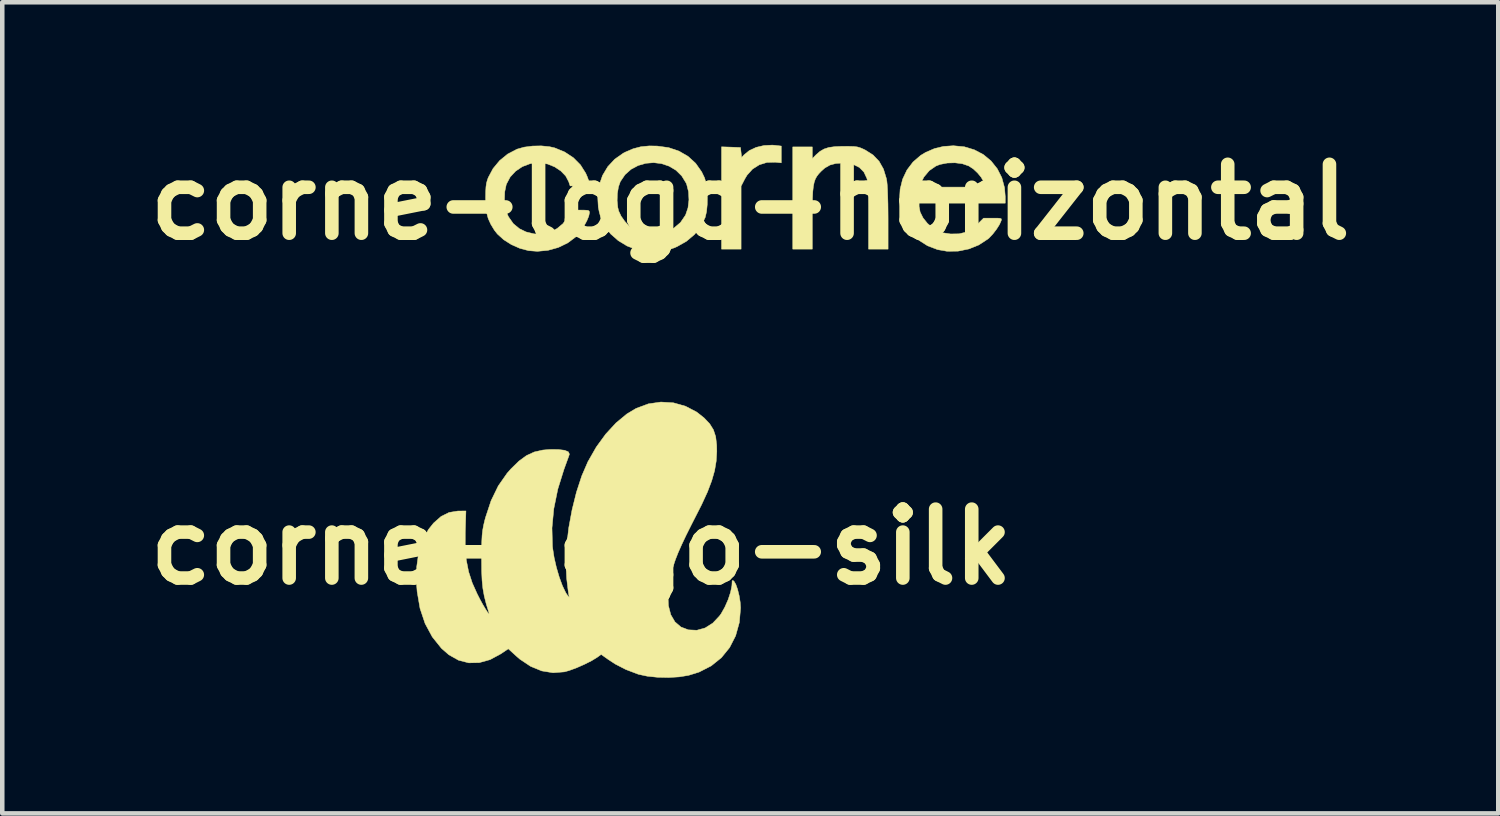
<source format=kicad_pcb>
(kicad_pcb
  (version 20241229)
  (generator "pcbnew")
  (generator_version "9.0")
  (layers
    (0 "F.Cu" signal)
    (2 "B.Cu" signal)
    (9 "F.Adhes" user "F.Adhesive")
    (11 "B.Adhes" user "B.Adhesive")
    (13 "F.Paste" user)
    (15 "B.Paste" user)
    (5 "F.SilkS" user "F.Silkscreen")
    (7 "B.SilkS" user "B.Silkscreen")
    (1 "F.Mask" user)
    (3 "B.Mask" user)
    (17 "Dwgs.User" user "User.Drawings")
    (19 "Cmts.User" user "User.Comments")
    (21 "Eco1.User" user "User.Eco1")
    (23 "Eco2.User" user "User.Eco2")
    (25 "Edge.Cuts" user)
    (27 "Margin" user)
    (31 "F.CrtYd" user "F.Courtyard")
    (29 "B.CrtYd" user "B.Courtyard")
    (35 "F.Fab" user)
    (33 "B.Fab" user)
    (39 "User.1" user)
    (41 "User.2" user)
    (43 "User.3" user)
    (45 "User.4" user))
  (footprint "corne-logo-silk"
    (layer "F.Cu")
    (at 9.804 9.044)
    (property "Reference" "corne-logo-silk" (at 0 0 0) (layer "F.SilkS") (effects (font (size 1.524 1.524) (thickness 0.3))))
    (attr through_hole)
    (fp_poly (pts (xy 2.039 -3.186) (xy 2.305 -3.111) (xy 2.554 -2.981) (xy 2.716 -2.853) (xy 2.84 -2.723) (xy 2.923 -2.59) (xy 2.973 -2.439) (xy 2.995 -2.253) (xy 2.998 -2.111) (xy 2.985 -1.897) (xy 2.949 -1.684) (xy 2.885 -1.461) (xy 2.792 -1.216) (xy 2.664 -0.938) (xy 2.583 -0.778) (xy 2.436 -0.49) (xy 2.316 -0.25) (xy 2.22 -0.047) (xy 2.143 0.127) (xy 2.083 0.28) (xy 2.036 0.421) (xy 1.998 0.56) (xy 1.966 0.705) (xy 1.951 0.784) (xy 1.918 1.059) (xy 1.928 1.299) (xy 1.98 1.5) (xy 2.072 1.658) (xy 2.204 1.772) (xy 2.37 1.835) (xy 2.557 1.844) (xy 2.74 1.793) (xy 2.909 1.686) (xy 3.059 1.526) (xy 3.093 1.479) (xy 3.175 1.334) (xy 3.248 1.169) (xy 3.302 1.005) (xy 3.331 0.864) (xy 3.334 0.82) (xy 3.337 0.753) (xy 3.353 0.741) (xy 3.38 0.763) (xy 3.419 0.83) (xy 3.458 0.942) (xy 3.492 1.078) (xy 3.515 1.221) (xy 3.524 1.35) (xy 3.496 1.673) (xy 3.414 1.967) (xy 3.281 2.227) (xy 3.1 2.45) (xy 2.874 2.632) (xy 2.606 2.769) (xy 2.374 2.841) (xy 2.167 2.875) (xy 1.932 2.889) (xy 1.689 2.884) (xy 1.461 2.86) (xy 1.27 2.819) (xy 1.254 2.814) (xy 0.986 2.712) (xy 0.753 2.592) (xy 0.594 2.488) (xy 0.441 2.379) (xy 0.352 2.443) (xy 0.228 2.519) (xy 0.068 2.599) (xy -0.104 2.675) (xy -0.265 2.734) (xy -0.373 2.764) (xy -0.623 2.784) (xy -0.874 2.743) (xy -1.12 2.642) (xy -1.357 2.484) (xy -1.433 2.418) (xy -1.613 2.254) (xy -1.777 2.365) (xy -2.016 2.494) (xy -2.254 2.56) (xy -2.487 2.565) (xy -2.713 2.507) (xy -2.927 2.387) (xy -3.091 2.244) (xy -3.294 1.991) (xy -3.453 1.696) (xy -3.565 1.361) (xy -3.629 0.99) (xy -3.643 0.806) (xy -3.639 0.444) (xy -3.595 0.128) (xy -3.508 -0.146) (xy -3.379 -0.384) (xy -3.265 -0.527) (xy -3.098 -0.674) (xy -2.922 -0.761) (xy -2.727 -0.793) (xy -2.712 -0.793) (xy -2.55 -0.794) (xy -2.565 -0.319) (xy -2.566 0.008) (xy -2.542 0.291) (xy -2.491 0.549) (xy -2.41 0.798) (xy -2.302 1.038) (xy -2.24 1.16) (xy -2.177 1.275) (xy -2.119 1.372) (xy -2.073 1.444) (xy -2.044 1.482) (xy -2.037 1.475) (xy -2.04 1.46) (xy -2.101 1.262) (xy -2.145 1.087) (xy -2.175 0.92) (xy -2.193 0.743) (xy -2.202 0.539) (xy -2.204 0.291) (xy -2.204 0.254) (xy -2.203 0.038) (xy -2.199 -0.129) (xy -2.192 -0.26) (xy -2.179 -0.371) (xy -2.16 -0.475) (xy -2.134 -0.586) (xy -2.117 -0.649) (xy -1.993 -1.023) (xy -1.835 -1.348) (xy -1.639 -1.629) (xy -1.555 -1.724) (xy -1.378 -1.897) (xy -1.211 -2.019) (xy -1.041 -2.098) (xy -0.851 -2.141) (xy -0.699 -2.154) (xy -0.506 -2.153) (xy -0.367 -2.136) (xy -0.285 -2.102) (xy -0.262 -2.052) (xy -0.265 -2.039) (xy -0.283 -1.986) (xy -0.318 -1.89) (xy -0.362 -1.769) (xy -0.382 -1.714) (xy -0.518 -1.278) (xy -0.607 -0.842) (xy -0.647 -0.418) (xy -0.637 -0.017) (xy -0.632 0.028) (xy -0.6 0.234) (xy -0.55 0.453) (xy -0.487 0.667) (xy -0.417 0.858) (xy -0.345 1.008) (xy -0.328 1.036) (xy -0.286 1.096) (xy -0.266 1.115) (xy -0.267 1.103) (xy -0.277 1.05) (xy -0.292 0.949) (xy -0.308 0.816) (xy -0.322 0.7) (xy -0.339 0.358) (xy -0.323 -0.02) (xy -0.277 -0.417) (xy -0.203 -0.819) (xy -0.106 -1.209) (xy 0.012 -1.57) (xy 0.149 -1.887) (xy 0.151 -1.889) (xy 0.333 -2.208) (xy 0.542 -2.495) (xy 0.769 -2.741) (xy 1.008 -2.939) (xy 1.213 -3.062) (xy 1.484 -3.163) (xy 1.762 -3.203) (xy 2.039 -3.186)) (stroke (width 0.01) (type solid)) (fill yes) (layer "F.SilkS")))
  (footprint "corne-logo-horizontal"
    (layer "F.Cu")
    (at 13.542 1.418)
    (property "Reference" "corne-logo-horizontal" (at 0 0 0) (layer "F.SilkS") (effects (font (size 1.524 1.524) (thickness 0.3))))
    (attr through_hole)
    (fp_poly (pts (xy 0.54 -1.255) (xy 0.686 -1.238) (xy 0.686 -0.867) (xy 0.552 -0.881) (xy 0.368 -0.876) (xy 0.199 -0.824) (xy 0.05 -0.729) (xy -0.071 -0.594) (xy -0.12 -0.512) (xy -0.203 -0.351) (xy -0.203 1.041) (xy -0.635 1.041) (xy -0.635 -1.221) (xy -0.425 -1.214) (xy -0.216 -1.206) (xy -0.191 -0.985) (xy -0.14 -1.041) (xy -0.022 -1.138) (xy 0.13 -1.209) (xy 0.304 -1.25) (xy 0.486 -1.259) (xy 0.54 -1.255)) (stroke (width 0.01) (type solid)) (fill yes) (layer "F.SilkS"))
    (fp_poly (pts (xy 2.202 -1.231) (xy 2.296 -1.228) (xy 2.366 -1.219) (xy 2.427 -1.202) (xy 2.491 -1.175) (xy 2.545 -1.149) (xy 2.716 -1.04) (xy 2.849 -0.901) (xy 2.946 -0.729) (xy 3.01 -0.52) (xy 3.021 -0.457) (xy 3.028 -0.386) (xy 3.035 -0.273) (xy 3.04 -0.128) (xy 3.045 0.041) (xy 3.047 0.225) (xy 3.048 0.375) (xy 3.048 1.041) (xy 2.616 1.041) (xy 2.616 0.322) (xy 2.616 0.093) (xy 2.614 -0.09) (xy 2.61 -0.235) (xy 2.604 -0.346) (xy 2.597 -0.43) (xy 2.587 -0.492) (xy 2.579 -0.523) (xy 2.514 -0.662) (xy 2.413 -0.765) (xy 2.278 -0.832) (xy 2.109 -0.862) (xy 2.055 -0.864) (xy 1.892 -0.853) (xy 1.762 -0.818) (xy 1.65 -0.754) (xy 1.57 -0.683) (xy 1.516 -0.626) (xy 1.473 -0.57) (xy 1.439 -0.51) (xy 1.414 -0.437) (xy 1.396 -0.347) (xy 1.383 -0.233) (xy 1.376 -0.089) (xy 1.373 0.093) (xy 1.372 0.317) (xy 1.372 0.373) (xy 1.372 1.041) (xy 0.94 1.041) (xy 0.94 -1.219) (xy 1.372 -1.219) (xy 1.372 -0.961) (xy 1.454 -1.044) (xy 1.54 -1.119) (xy 1.631 -1.172) (xy 1.737 -1.207) (xy 1.869 -1.225) (xy 2.039 -1.232) (xy 2.071 -1.232) (xy 2.202 -1.231)) (stroke (width 0.01) (type solid)) (fill yes) (layer "F.SilkS"))
    (fp_poly (pts (xy -2.058 -1.238) (xy -1.804 -1.203) (xy -1.576 -1.126) (xy -1.376 -1.01) (xy -1.208 -0.857) (xy -1.075 -0.668) (xy -1.01 -0.533) (xy -0.978 -0.419) (xy -0.958 -0.272) (xy -0.949 -0.106) (xy -0.952 0.06) (xy -0.967 0.213) (xy -0.995 0.334) (xy -0.998 0.343) (xy -1.094 0.54) (xy -1.233 0.717) (xy -1.41 0.867) (xy -1.618 0.985) (xy -1.693 1.017) (xy -1.825 1.053) (xy -1.988 1.076) (xy -2.164 1.086) (xy -2.333 1.082) (xy -2.479 1.062) (xy -2.512 1.054) (xy -2.726 0.971) (xy -2.92 0.853) (xy -3.087 0.706) (xy -3.218 0.536) (xy -3.269 0.441) (xy -3.307 0.338) (xy -3.341 0.214) (xy -3.361 0.111) (xy -3.369 -0.031) (xy -2.944 -0.031) (xy -2.93 0.117) (xy -2.91 0.198) (xy -2.857 0.311) (xy -2.776 0.426) (xy -2.682 0.528) (xy -2.588 0.598) (xy -2.582 0.602) (xy -2.385 0.678) (xy -2.18 0.708) (xy -1.976 0.692) (xy -1.864 0.661) (xy -1.687 0.574) (xy -1.542 0.451) (xy -1.435 0.294) (xy -1.43 0.285) (xy -1.377 0.129) (xy -1.356 -0.048) (xy -1.365 -0.227) (xy -1.406 -0.39) (xy -1.418 -0.419) (xy -1.516 -0.578) (xy -1.643 -0.703) (xy -1.794 -0.793) (xy -1.96 -0.849) (xy -2.135 -0.871) (xy -2.31 -0.857) (xy -2.479 -0.808) (xy -2.635 -0.725) (xy -2.769 -0.606) (xy -2.874 -0.452) (xy -2.915 -0.334) (xy -2.939 -0.187) (xy -2.944 -0.031) (xy -3.369 -0.031) (xy -3.374 -0.137) (xy -3.342 -0.371) (xy -3.267 -0.588) (xy -3.151 -0.782) (xy -2.998 -0.947) (xy -2.809 -1.08) (xy -2.765 -1.103) (xy -2.591 -1.178) (xy -2.419 -1.223) (xy -2.234 -1.241) (xy -2.058 -1.238)) (stroke (width 0.01) (type solid)) (fill yes) (layer "F.SilkS"))
    (fp_poly (pts (xy -4.44 -1.224) (xy -4.326 -1.198) (xy -4.105 -1.107) (xy -3.913 -0.981) (xy -3.756 -0.823) (xy -3.639 -0.638) (xy -3.604 -0.558) (xy -3.57 -0.464) (xy -3.558 -0.405) (xy -3.576 -0.373) (xy -3.628 -0.359) (xy -3.723 -0.356) (xy -3.77 -0.356) (xy -3.984 -0.356) (xy -4.015 -0.449) (xy -4.081 -0.575) (xy -4.188 -0.686) (xy -4.324 -0.777) (xy -4.48 -0.84) (xy -4.644 -0.87) (xy -4.686 -0.871) (xy -4.869 -0.848) (xy -5.039 -0.784) (xy -5.188 -0.684) (xy -5.309 -0.554) (xy -5.39 -0.401) (xy -5.397 -0.384) (xy -5.43 -0.225) (xy -5.436 -0.05) (xy -5.415 0.124) (xy -5.369 0.278) (xy -5.346 0.327) (xy -5.241 0.477) (xy -5.106 0.589) (xy -4.958 0.661) (xy -4.78 0.704) (xy -4.6 0.704) (xy -4.428 0.664) (xy -4.273 0.587) (xy -4.142 0.478) (xy -4.043 0.338) (xy -4.022 0.291) (xy -3.975 0.178) (xy -3.766 0.178) (xy -3.663 0.179) (xy -3.601 0.183) (xy -3.569 0.193) (xy -3.558 0.213) (xy -3.556 0.238) (xy -3.572 0.313) (xy -3.613 0.413) (xy -3.673 0.524) (xy -3.744 0.634) (xy -3.819 0.729) (xy -3.857 0.769) (xy -4.037 0.904) (xy -4.246 1.005) (xy -4.473 1.068) (xy -4.707 1.09) (xy -4.902 1.075) (xy -5.095 1.024) (xy -5.283 0.941) (xy -5.453 0.833) (xy -5.592 0.707) (xy -5.659 0.622) (xy -5.74 0.488) (xy -5.796 0.363) (xy -5.831 0.232) (xy -5.848 0.08) (xy -5.853 -0.089) (xy -5.851 -0.23) (xy -5.845 -0.334) (xy -5.834 -0.415) (xy -5.814 -0.487) (xy -5.795 -0.54) (xy -5.689 -0.739) (xy -5.543 -0.916) (xy -5.364 -1.062) (xy -5.159 -1.169) (xy -5.156 -1.17) (xy -5 -1.214) (xy -4.816 -1.238) (xy -4.623 -1.242) (xy -4.44 -1.224)) (stroke (width 0.01) (type solid)) (fill yes) (layer "F.SilkS"))
    (fp_poly (pts (xy 4.734 -1.222) (xy 4.956 -1.155) (xy 5.155 -1.05) (xy 5.325 -0.909) (xy 5.462 -0.737) (xy 5.563 -0.539) (xy 5.623 -0.317) (xy 5.639 -0.122) (xy 5.639 0.025) (xy 3.734 0.025) (xy 3.734 0.098) (xy 3.757 0.222) (xy 3.82 0.349) (xy 3.916 0.47) (xy 4.037 0.574) (xy 4.126 0.628) (xy 4.262 0.68) (xy 4.422 0.705) (xy 4.435 0.706) (xy 4.618 0.703) (xy 4.771 0.666) (xy 4.909 0.591) (xy 5.024 0.491) (xy 5.16 0.356) (xy 5.363 0.356) (xy 5.463 0.356) (xy 5.523 0.36) (xy 5.55 0.37) (xy 5.555 0.389) (xy 5.549 0.413) (xy 5.511 0.498) (xy 5.446 0.601) (xy 5.366 0.705) (xy 5.284 0.793) (xy 5.253 0.819) (xy 5.054 0.949) (xy 4.832 1.038) (xy 4.595 1.086) (xy 4.354 1.089) (xy 4.143 1.052) (xy 3.922 0.968) (xy 3.727 0.844) (xy 3.563 0.686) (xy 3.436 0.498) (xy 3.35 0.285) (xy 3.33 0.208) (xy 3.3 -0.042) (xy 3.314 -0.281) (xy 3.326 -0.33) (xy 3.735 -0.33) (xy 4.458 -0.33) (xy 4.671 -0.33) (xy 4.838 -0.331) (xy 4.965 -0.334) (xy 5.057 -0.337) (xy 5.119 -0.342) (xy 5.157 -0.349) (xy 5.176 -0.358) (xy 5.182 -0.369) (xy 5.182 -0.369) (xy 5.161 -0.451) (xy 5.107 -0.547) (xy 5.027 -0.644) (xy 4.933 -0.732) (xy 4.833 -0.798) (xy 4.83 -0.799) (xy 4.691 -0.847) (xy 4.527 -0.868) (xy 4.356 -0.863) (xy 4.197 -0.832) (xy 4.105 -0.796) (xy 3.959 -0.695) (xy 3.84 -0.553) (xy 3.759 -0.394) (xy 3.735 -0.33) (xy 3.326 -0.33) (xy 3.369 -0.505) (xy 3.465 -0.708) (xy 3.599 -0.885) (xy 3.768 -1.031) (xy 3.88 -1.099) (xy 4.075 -1.183) (xy 4.272 -1.23) (xy 4.492 -1.245) (xy 4.734 -1.222)) (stroke (width 0.01) (type solid)) (fill yes) (layer "F.SilkS")))
  (gr_rect
    (start -3 -3)
    (end 30.084 14.938)
    (stroke (width 0.1) (type default))
    (fill no)
    (layer "Edge.Cuts")))
</source>
